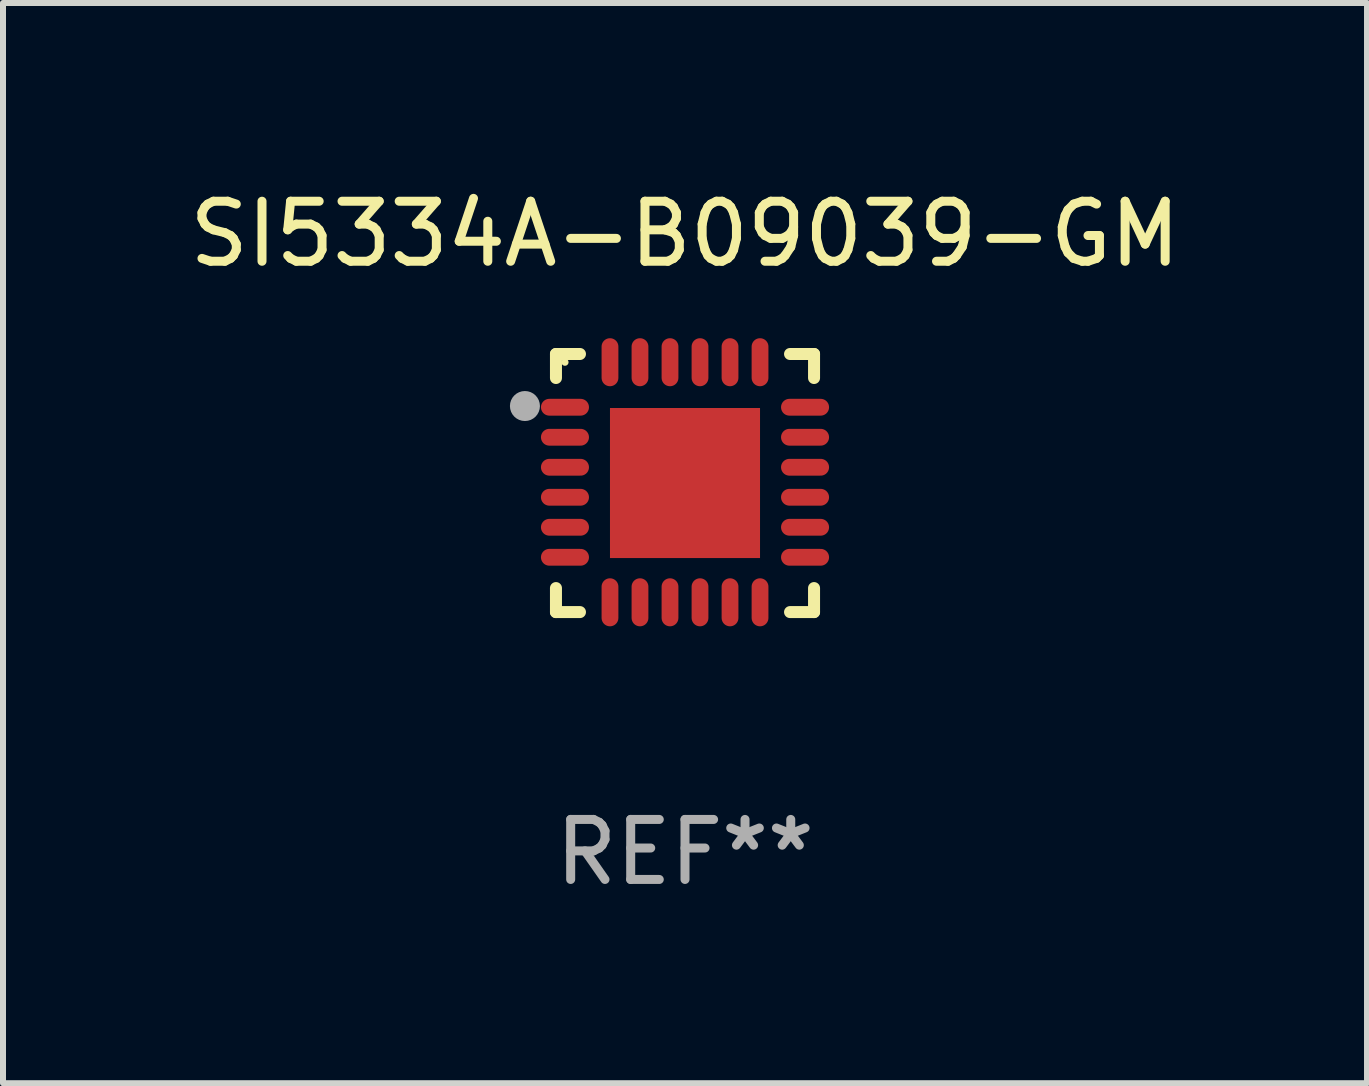
<source format=kicad_pcb>
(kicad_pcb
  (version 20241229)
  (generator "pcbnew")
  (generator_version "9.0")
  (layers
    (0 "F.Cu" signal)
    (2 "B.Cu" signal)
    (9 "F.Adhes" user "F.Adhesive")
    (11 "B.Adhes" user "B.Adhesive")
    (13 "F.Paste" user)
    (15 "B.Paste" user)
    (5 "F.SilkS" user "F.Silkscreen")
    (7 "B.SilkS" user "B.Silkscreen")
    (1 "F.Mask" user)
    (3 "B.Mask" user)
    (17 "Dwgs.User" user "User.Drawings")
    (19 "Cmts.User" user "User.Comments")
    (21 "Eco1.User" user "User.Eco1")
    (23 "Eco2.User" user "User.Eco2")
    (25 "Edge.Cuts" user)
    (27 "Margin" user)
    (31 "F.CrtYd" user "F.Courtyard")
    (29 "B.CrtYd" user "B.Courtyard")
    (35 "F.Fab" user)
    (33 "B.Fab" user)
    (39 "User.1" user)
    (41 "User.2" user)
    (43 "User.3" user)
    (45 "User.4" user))
  (footprint "SI5334A-B09039-GM"
    (layer "F.Cu")
    (at 8.363 4.998)
    (property "Reference" "SI5334A-B09039-GM" (at 0 -4.15 0) (layer "F.SilkS") (effects (font (size 1 1) (thickness 0.15))))
    (attr through_hole)
    (fp_line (start -2.15 -2.15) (end -1.75 -2.15) (stroke (width 0.2) (type solid)) (layer "F.SilkS"))
    (fp_line (start -2.15 -1.75) (end -2.15 -2.15) (stroke (width 0.2) (type solid)) (layer "F.SilkS"))
    (fp_line (start -2.15 2.15) (end -2.15 1.75) (stroke (width 0.2) (type solid)) (layer "F.SilkS"))
    (fp_line (start -1.75 2.15) (end -2.15 2.15) (stroke (width 0.2) (type solid)) (layer "F.SilkS"))
    (fp_line (start 1.75 -2.15) (end 2.15 -2.15) (stroke (width 0.2) (type solid)) (layer "F.SilkS"))
    (fp_line (start 1.75 2.15) (end 2.15 2.15) (stroke (width 0.2) (type solid)) (layer "F.SilkS"))
    (fp_line (start 2.15 -2.15) (end 2.15 -1.75) (stroke (width 0.2) (type solid)) (layer "F.SilkS"))
    (fp_line (start 2.15 2.15) (end 2.15 1.75) (stroke (width 0.2) (type solid)) (layer "F.SilkS"))
    (fp_circle (center -2 -2.013) (end -1.97 -2.013) (stroke (width 0.06) (type solid)) (fill no) (layer "F.SilkS"))
    (fp_circle (center -2.667 -1.283) (end -2.542 -1.283) (stroke (width 0.25) (type solid)) (fill no) (layer "F.Fab"))
    (fp_text user "REF**" (at 0 6.15 0) (layer "F.Fab") (effects (font (size 1 1) (thickness 0.15))))
    (pad "1" smd oval (at -2 -1.263) (size 0.8 0.28) (layers "F.Cu" "F.Mask" "F.Paste"))
    (pad "2" smd oval (at -2 -0.763) (size 0.8 0.28) (layers "F.Cu" "F.Mask" "F.Paste"))
    (pad "3" smd oval (at -2 -0.263) (size 0.8 0.28) (layers "F.Cu" "F.Mask" "F.Paste"))
    (pad "4" smd oval (at -2 0.237) (size 0.8 0.28) (layers "F.Cu" "F.Mask" "F.Paste"))
    (pad "5" smd oval (at -2 0.737) (size 0.8 0.28) (layers "F.Cu" "F.Mask" "F.Paste"))
    (pad "6" smd oval (at -2 1.237) (size 0.8 0.28) (layers "F.Cu" "F.Mask" "F.Paste"))
    (pad "7" smd oval (at -1.25 1.987) (size 0.28 0.8) (layers "F.Cu" "F.Mask" "F.Paste"))
    (pad "8" smd oval (at -0.75 1.987) (size 0.28 0.8) (layers "F.Cu" "F.Mask" "F.Paste"))
    (pad "9" smd oval (at -0.25 1.987) (size 0.28 0.8) (layers "F.Cu" "F.Mask" "F.Paste"))
    (pad "10" smd oval (at 0.25 1.987) (size 0.28 0.8) (layers "F.Cu" "F.Mask" "F.Paste"))
    (pad "11" smd oval (at 0.75 1.987) (size 0.28 0.8) (layers "F.Cu" "F.Mask" "F.Paste"))
    (pad "12" smd oval (at 1.25 1.987) (size 0.28 0.8) (layers "F.Cu" "F.Mask" "F.Paste"))
    (pad "13" smd oval (at 2 1.237) (size 0.8 0.28) (layers "F.Cu" "F.Mask" "F.Paste"))
    (pad "14" smd oval (at 2 0.737) (size 0.8 0.28) (layers "F.Cu" "F.Mask" "F.Paste"))
    (pad "15" smd oval (at 2 0.237) (size 0.8 0.28) (layers "F.Cu" "F.Mask" "F.Paste"))
    (pad "16" smd oval (at 2 -0.263) (size 0.8 0.28) (layers "F.Cu" "F.Mask" "F.Paste"))
    (pad "17" smd oval (at 2 -0.763) (size 0.8 0.28) (layers "F.Cu" "F.Mask" "F.Paste"))
    (pad "18" smd oval (at 2 -1.263) (size 0.8 0.28) (layers "F.Cu" "F.Mask" "F.Paste"))
    (pad "19" smd oval (at 1.25 -2.013) (size 0.28 0.8) (layers "F.Cu" "F.Mask" "F.Paste"))
    (pad "20" smd oval (at 0.75 -2.013) (size 0.28 0.8) (layers "F.Cu" "F.Mask" "F.Paste"))
    (pad "21" smd oval (at 0.25 -2.013) (size 0.28 0.8) (layers "F.Cu" "F.Mask" "F.Paste"))
    (pad "22" smd oval (at -0.25 -2.013) (size 0.28 0.8) (layers "F.Cu" "F.Mask" "F.Paste"))
    (pad "23" smd oval (at -0.75 -2.013) (size 0.28 0.8) (layers "F.Cu" "F.Mask" "F.Paste"))
    (pad "24" smd oval (at -1.25 -2.013) (size 0.28 0.8) (layers "F.Cu" "F.Mask" "F.Paste"))
    (pad "25" smd rect (at -0.000127 -0.00014) (size 2.5 2.5) (layers "F.Cu" "F.Mask" "F.Paste")))
  (gr_rect
    (start -3 -3)
    (end 19.726 14.997)
    (stroke (width 0.1) (type default))
    (fill no)
    (layer "Edge.Cuts")))
</source>
